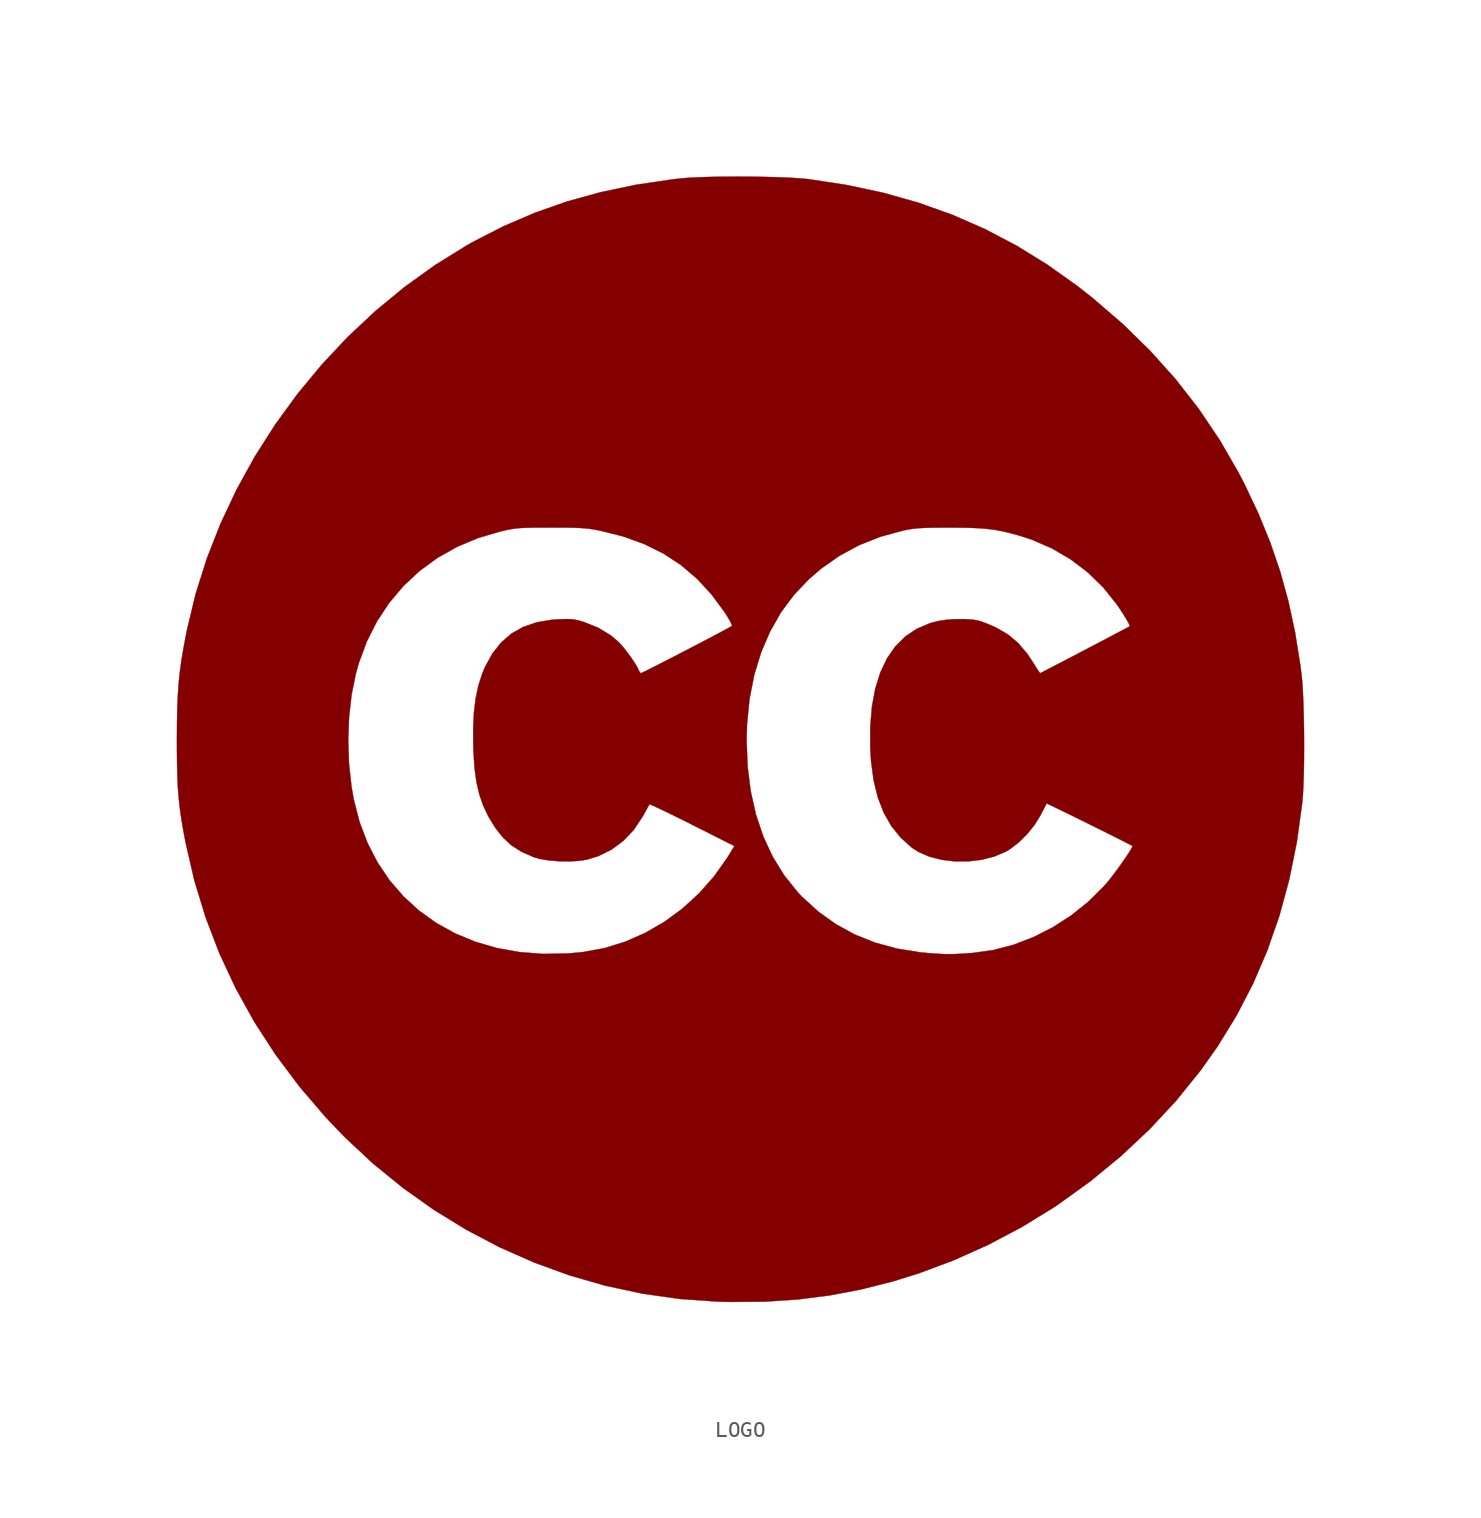
<source format=kicad_sym>
(kicad_symbol_lib
  (version 20220914)
  (generator bitmap2component)
  (symbol "LOGO"
    (pin_names
      (offset 1.016))
    (property "Reference" "#G"
      (at 0 42.714 0)
      (effects (font (size 1.27 1.27)) hide))
    (symbol "LOGO_0_0"
      (polyline (pts (xy 1.506 -34.788) (xy 3.546 -34.653) (xy 5.532 -34.401) (xy 7.496 -34.027) (xy 9.469 -33.529) (xy 11.097 -33.024) (xy 13.293 -32.202) (xy 15.448 -31.235) (xy 17.532 -30.135) (xy 19.516 -28.917) (xy 19.793 -28.733) (xy 21.833 -27.263) (xy 23.749 -25.686) (xy 25.535 -24.008) (xy 27.187 -22.232) (xy 28.699 -20.362) (xy 29.761 -18.864) (xy 30.948 -16.937) (xy 31.989 -14.931) (xy 32.887 -12.842) (xy 33.643 -10.669) (xy 34.258 -8.406) (xy 34.733 -6.05) (xy 35.07 -3.598) (xy 35.108 -3.146) (xy 35.141 -2.507) (xy 35.165 -1.761) (xy 35.179 -0.937) (xy 35.183 -0.067) (xy 35.179 0.819) (xy 35.165 1.689) (xy 35.142 2.513) (xy 35.111 3.261) (xy 35.072 3.9) (xy 35.023 4.402) (xy 34.948 4.986) (xy 34.621 7.03) (xy 34.207 8.963) (xy 33.696 10.819) (xy 33.079 12.631) (xy 32.345 14.431) (xy 31.485 16.253) (xy 31.086 17.024) (xy 29.91 19.061) (xy 28.603 21.001) (xy 27.162 22.852) (xy 25.579 24.619) (xy 23.851 26.31) (xy 21.971 27.931) (xy 21.013 28.684) (xy 19.137 30.019) (xy 17.218 31.203) (xy 15.245 32.239) (xy 13.207 33.132) (xy 11.094 33.886) (xy 8.894 34.507) (xy 6.597 34.998) (xy 4.191 35.364) (xy 3.715 35.409) (xy 3.089 35.448) (xy 2.355 35.479) (xy 1.542 35.501) (xy 0.682 35.515) (xy -0.195 35.52) (xy -1.059 35.516) (xy -1.879 35.503) (xy -2.624 35.48) (xy -3.264 35.449) (xy -3.768 35.407) (xy -4.268 35.35) (xy -6.575 35.009) (xy -8.773 34.549) (xy -10.876 33.967) (xy -12.899 33.257) (xy -14.854 32.417) (xy -16.758 31.441) (xy -17.148 31.221) (xy -19.138 29.985) (xy -21.048 28.612) (xy -22.869 27.11) (xy -24.595 25.49) (xy -26.218 23.761) (xy -27.731 21.932) (xy -29.126 20.015) (xy -30.397 18.019) (xy -31.537 15.954) (xy -32.537 13.829) (xy -33.391 11.655) (xy -34.091 9.441) (xy -34.63 7.197) (xy -34.686 6.918) (xy -34.846 6.075) (xy -34.975 5.308) (xy -35.075 4.581) (xy -35.15 3.861) (xy -35.202 3.112) (xy -35.236 2.298) (xy -35.255 1.385) (xy -35.261 0.339) (xy -35.261 0.278) (xy -24.556 0.278) (xy -24.503 1.729) (xy -24.345 3.129) (xy -24.082 4.436) (xy -23.894 5.112) (xy -23.391 6.469) (xy -22.753 7.732) (xy -21.985 8.892) (xy -21.095 9.944) (xy -20.088 10.88) (xy -18.971 11.696) (xy -17.751 12.383) (xy -16.435 12.936) (xy -15.028 13.348) (xy -14.974 13.361) (xy -14.658 13.432) (xy -14.383 13.486) (xy -14.118 13.526) (xy -13.832 13.554) (xy -13.498 13.572) (xy -13.083 13.582) (xy -12.559 13.586) (xy -11.896 13.587) (xy -11.631 13.587) (xy -10.999 13.585) (xy -10.495 13.577) (xy -10.087 13.562) (xy -9.746 13.539) (xy -9.441 13.504) (xy -9.142 13.456) (xy -8.817 13.394) (xy -8.787 13.388) (xy -7.355 13.027) (xy -6.043 12.551) (xy -4.844 11.955) (xy -3.749 11.234) (xy -2.75 10.381) (xy -1.839 9.392) (xy -1.006 8.26) (xy -0.845 8.007) (xy -0.685 7.731) (xy -0.588 7.532) (xy -0.571 7.44) (xy -0.624 7.406) (xy -0.811 7.301) (xy -1.113 7.138) (xy -1.51 6.927) (xy -1.979 6.679) (xy -2.502 6.405) (xy -3.059 6.115) (xy -3.628 5.82) (xy -4.189 5.529) (xy -4.723 5.255) (xy -5.208 5.007) (xy -5.625 4.795) (xy -5.953 4.631) (xy -6.172 4.525) (xy -6.261 4.487) (xy -6.316 4.518) (xy -6.391 4.653) (xy -6.493 4.87) (xy -6.678 5.175) (xy -6.918 5.526) (xy -7.183 5.882) (xy -7.444 6.204) (xy -7.673 6.451) (xy -8.147 6.85) (xy -8.924 7.324) (xy -9.805 7.677) (xy -10.137 7.775) (xy -10.413 7.836) (xy -10.687 7.865) (xy -11.016 7.868) (xy -11.456 7.851) (xy -11.816 7.826) (xy -12.77 7.667) (xy -13.617 7.378) (xy -14.361 6.956) (xy -15.004 6.4) (xy -15.551 5.707) (xy -16.006 4.873) (xy -16.181 4.455) (xy -16.418 3.72) (xy -16.589 2.922) (xy -16.697 2.038) (xy -16.746 1.04) (xy -16.742 0.296) (xy 0.341 0.296) (xy 0.371 1.327) (xy 0.529 2.9) (xy 0.823 4.389) (xy 1.25 5.787) (xy 1.808 7.089) (xy 2.494 8.291) (xy 3.308 9.386) (xy 4.246 10.37) (xy 5 11.018) (xy 6.148 11.825) (xy 7.376 12.487) (xy 8.693 13.01) (xy 10.109 13.397) (xy 10.179 13.412) (xy 10.467 13.469) (xy 10.746 13.512) (xy 11.044 13.543) (xy 11.393 13.564) (xy 11.822 13.577) (xy 12.361 13.583) (xy 13.039 13.584) (xy 13.464 13.583) (xy 14.205 13.573) (xy 14.83 13.549) (xy 15.372 13.506) (xy 15.867 13.442) (xy 16.35 13.351) (xy 16.856 13.229) (xy 17.419 13.073) (xy 18.156 12.834) (xy 19.412 12.291) (xy 20.582 11.608) (xy 21.656 10.793) (xy 22.623 9.852) (xy 23.471 8.794) (xy 23.581 8.637) (xy 23.809 8.293) (xy 24.012 7.97) (xy 24.171 7.697) (xy 24.269 7.503) (xy 24.288 7.419) (xy 24.232 7.387) (xy 24.043 7.285) (xy 23.741 7.125) (xy 23.347 6.917) (xy 22.881 6.671) (xy 22.363 6.399) (xy 21.813 6.111) (xy 21.251 5.816) (xy 20.698 5.527) (xy 20.174 5.253) (xy 19.698 5.006) (xy 19.291 4.795) (xy 18.974 4.631) (xy 18.767 4.525) (xy 18.688 4.487) (xy 18.662 4.515) (xy 18.561 4.658) (xy 18.407 4.895) (xy 18.22 5.196) (xy 17.881 5.704) (xy 17.314 6.371) (xy 16.681 6.904) (xy 15.96 7.323) (xy 15.784 7.404) (xy 15.402 7.568) (xy 15.055 7.701) (xy 14.8 7.78) (xy 14.427 7.838) (xy 13.916 7.867) (xy 13.355 7.861) (xy 12.804 7.82) (xy 12.321 7.746) (xy 11.797 7.608) (xy 10.98 7.262) (xy 10.261 6.781) (xy 9.641 6.166) (xy 9.121 5.42) (xy 8.703 4.544) (xy 8.388 3.54) (xy 8.177 2.412) (xy 8.071 1.161) (xy 8.071 -0.212) (xy 8.121 -1.023) (xy 8.281 -2.217) (xy 8.544 -3.284) (xy 8.911 -4.23) (xy 9.385 -5.064) (xy 9.97 -5.79) (xy 10.668 -6.418) (xy 11.093 -6.691) (xy 11.771 -6.981) (xy 12.535 -7.176) (xy 13.354 -7.274) (xy 14.195 -7.274) (xy 15.027 -7.174) (xy 15.818 -6.973) (xy 16.537 -6.67) (xy 16.799 -6.515) (xy 17.345 -6.097) (xy 17.871 -5.577) (xy 18.338 -4.998) (xy 18.705 -4.403) (xy 18.8 -4.217) (xy 18.946 -3.937) (xy 19.05 -3.739) (xy 19.095 -3.657) (xy 19.11 -3.662) (xy 19.244 -3.722) (xy 19.5 -3.844) (xy 19.856 -4.016) (xy 20.292 -4.229) (xy 20.788 -4.472) (xy 21.321 -4.735) (xy 21.872 -5.008) (xy 22.419 -5.279) (xy 22.942 -5.54) (xy 23.419 -5.779) (xy 23.83 -5.986) (xy 24.154 -6.151) (xy 24.37 -6.263) (xy 24.457 -6.312) (xy 24.457 -6.336) (xy 24.391 -6.474) (xy 24.248 -6.709) (xy 24.047 -7.013) (xy 23.806 -7.362) (xy 23.543 -7.728) (xy 23.277 -8.087) (xy 23.026 -8.412) (xy 22.807 -8.676) (xy 22.675 -8.825) (xy 21.708 -9.787) (xy 20.639 -10.645) (xy 19.488 -11.388) (xy 18.275 -12.005) (xy 17.022 -12.486) (xy 15.748 -12.82) (xy 14.474 -12.997) (xy 14.403 -13.002) (xy 13.871 -13.04) (xy 13.456 -13.063) (xy 13.11 -13.074) (xy 12.787 -13.072) (xy 12.44 -13.058) (xy 12.023 -13.033) (xy 11.209 -12.962) (xy 9.745 -12.726) (xy 8.381 -12.356) (xy 7.111 -11.849) (xy 5.929 -11.205) (xy 4.831 -10.419) (xy 3.81 -9.489) (xy 3.532 -9.196) (xy 2.692 -8.148) (xy 1.977 -6.989) (xy 1.389 -5.725) (xy 0.93 -4.36) (xy 0.601 -2.899) (xy 0.404 -1.345) (xy 0.341 0.296) (xy -16.742 0.296) (xy -16.74 -0.093) (xy -16.727 -0.461) (xy -16.659 -1.453) (xy -16.54 -2.321) (xy -16.362 -3.093) (xy -16.116 -3.799) (xy -15.796 -4.469) (xy -15.392 -5.132) (xy -15.376 -5.157) (xy -14.893 -5.777) (xy -14.354 -6.274) (xy -13.723 -6.676) (xy -12.964 -7.011) (xy -12.573 -7.121) (xy -12.01 -7.214) (xy -11.38 -7.267) (xy -10.735 -7.277) (xy -10.127 -7.242) (xy -9.61 -7.16) (xy -8.915 -6.944) (xy -8.093 -6.536) (xy -7.353 -5.985) (xy -6.705 -5.298) (xy -6.16 -4.484) (xy -6.054 -4.295) (xy -5.897 -4.01) (xy -5.784 -3.803) (xy -5.736 -3.707) (xy -5.676 -3.723) (xy -5.48 -3.806) (xy -5.166 -3.951) (xy -4.75 -4.149) (xy -4.251 -4.392) (xy -3.684 -4.672) (xy -3.068 -4.981) (xy -0.422 -6.316) (xy -0.724 -6.817) (xy -0.858 -7.034) (xy -1.688 -8.208) (xy -2.63 -9.275) (xy -3.672 -10.227) (xy -4.799 -11.054) (xy -6 -11.748) (xy -7.26 -12.3) (xy -8.566 -12.702) (xy -9.906 -12.945) (xy -10.803 -13.028) (xy -12.353 -13.059) (xy -13.842 -12.945) (xy -15.262 -12.691) (xy -16.607 -12.3) (xy -17.87 -11.778) (xy -19.044 -11.129) (xy -20.122 -10.357) (xy -21.098 -9.466) (xy -21.966 -8.463) (xy -22.717 -7.349) (xy -23.346 -6.132) (xy -23.846 -4.814) (xy -24.21 -3.401) (xy -24.348 -2.611) (xy -24.505 -1.182) (xy -24.556 0.278) (xy -35.261 0.278) (xy -35.26 -0.246) (xy -35.252 -1.151) (xy -35.233 -1.937) (xy -35.201 -2.637) (xy -35.152 -3.283) (xy -35.085 -3.907) (xy -34.996 -4.541) (xy -34.883 -5.218) (xy -34.744 -5.969) (xy -34.725 -6.07) (xy -34.176 -8.45) (xy -33.472 -10.763) (xy -32.612 -13.01) (xy -31.596 -15.191) (xy -30.424 -17.306) (xy -29.096 -19.355) (xy -27.612 -21.339) (xy -25.972 -23.256) (xy -24.786 -24.497) (xy -23.018 -26.148) (xy -21.156 -27.666) (xy -19.209 -29.049) (xy -17.184 -30.292) (xy -15.089 -31.393) (xy -12.932 -32.346) (xy -10.72 -33.15) (xy -8.461 -33.799) (xy -6.163 -34.291) (xy -3.834 -34.622) (xy -1.482 -34.787) (xy -0.621 -34.809) (xy 1.506 -34.788)) (stroke (width 0.01) (type default)) (fill (type outline))))))
</source>
